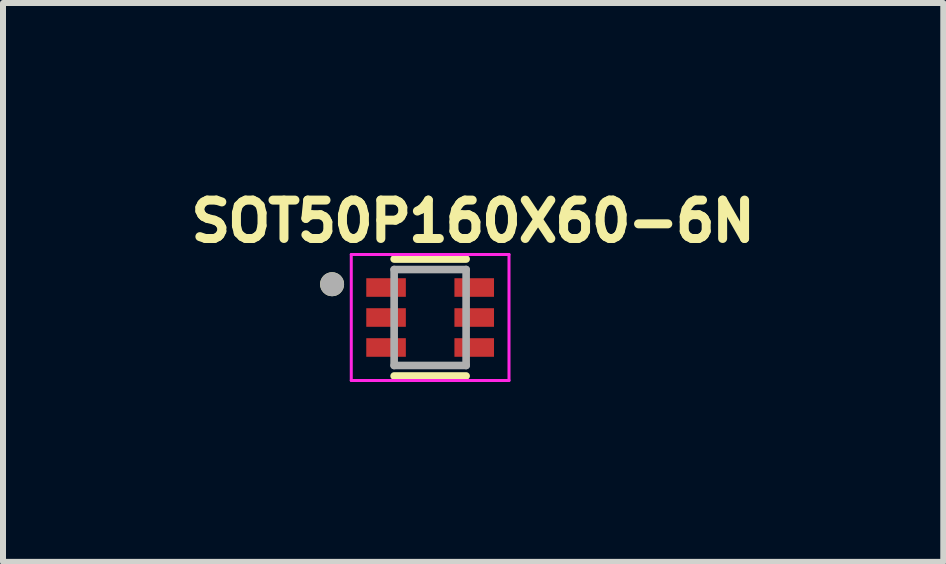
<source format=kicad_pcb>
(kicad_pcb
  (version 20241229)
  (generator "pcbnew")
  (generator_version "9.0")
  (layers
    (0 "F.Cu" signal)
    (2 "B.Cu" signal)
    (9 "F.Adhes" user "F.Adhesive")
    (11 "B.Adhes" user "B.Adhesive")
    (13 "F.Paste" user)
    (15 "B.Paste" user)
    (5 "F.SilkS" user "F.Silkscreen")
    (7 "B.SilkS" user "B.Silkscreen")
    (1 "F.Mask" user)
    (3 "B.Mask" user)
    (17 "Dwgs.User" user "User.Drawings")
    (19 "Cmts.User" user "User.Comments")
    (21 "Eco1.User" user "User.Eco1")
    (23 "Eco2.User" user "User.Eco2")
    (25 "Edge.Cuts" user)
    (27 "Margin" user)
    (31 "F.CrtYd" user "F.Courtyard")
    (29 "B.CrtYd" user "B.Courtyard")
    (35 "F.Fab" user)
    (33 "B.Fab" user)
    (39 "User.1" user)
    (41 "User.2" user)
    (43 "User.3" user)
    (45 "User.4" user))
  (footprint "SOT50P160X60-6N"
    (layer "F.Cu")
    (at 4.122 2.244)
    (property "Reference" "SOT50P160X60-6N" (at 0.717 -1.606 0) (layer "F.SilkS") (effects (font (size 0.64 0.64) (thickness 0.15))))
    (attr smd)
    (fp_line (start -0.6 -0.975) (end 0.6 -0.975) (stroke (width 0.127) (type solid)) (layer "F.SilkS"))
    (fp_line (start -0.6 0.975) (end 0.6 0.975) (stroke (width 0.127) (type solid)) (layer "F.SilkS"))
    (fp_circle (center -1.635 -0.555) (end -1.535 -0.555) (stroke (width 0.2) (type solid)) (fill no) (layer "F.SilkS"))
    (fp_line (start -1.315 -1.05) (end -1.315 1.05) (stroke (width 0.05) (type solid)) (layer "F.CrtYd"))
    (fp_line (start -1.315 1.05) (end 1.315 1.05) (stroke (width 0.05) (type solid)) (layer "F.CrtYd"))
    (fp_line (start 1.315 -1.05) (end -1.315 -1.05) (stroke (width 0.05) (type solid)) (layer "F.CrtYd"))
    (fp_line (start 1.315 1.05) (end 1.315 -1.05) (stroke (width 0.05) (type solid)) (layer "F.CrtYd"))
    (fp_line (start -0.6 -0.8) (end -0.6 0.8) (stroke (width 0.127) (type solid)) (layer "F.Fab"))
    (fp_line (start -0.6 -0.8) (end 0.6 -0.8) (stroke (width 0.127) (type solid)) (layer "F.Fab"))
    (fp_line (start -0.6 0.8) (end 0.6 0.8) (stroke (width 0.127) (type solid)) (layer "F.Fab"))
    (fp_line (start 0.6 -0.8) (end 0.6 0.8) (stroke (width 0.127) (type solid)) (layer "F.Fab"))
    (fp_circle (center -1.635 -0.555) (end -1.535 -0.555) (stroke (width 0.2) (type solid)) (fill no) (layer "F.Fab"))
    (pad "1" smd rect (at -0.735 -0.5) (size 0.66 0.31) (layers "F.Cu" "F.Mask" "F.Paste"))
    (pad "2" smd rect (at -0.735 0) (size 0.66 0.31) (layers "F.Cu" "F.Mask" "F.Paste"))
    (pad "3" smd rect (at -0.735 0.5) (size 0.66 0.31) (layers "F.Cu" "F.Mask" "F.Paste"))
    (pad "4" smd rect (at 0.735 0.5) (size 0.66 0.31) (layers "F.Cu" "F.Mask" "F.Paste"))
    (pad "5" smd rect (at 0.735 0) (size 0.66 0.31) (layers "F.Cu" "F.Mask" "F.Paste"))
    (pad "6" smd rect (at 0.735 -0.5) (size 0.66 0.31) (layers "F.Cu" "F.Mask" "F.Paste")))
  (gr_rect
    (start -3 -3)
    (end 12.678 6.319)
    (stroke (width 0.1) (type default))
    (fill no)
    (layer "Edge.Cuts")))
</source>
